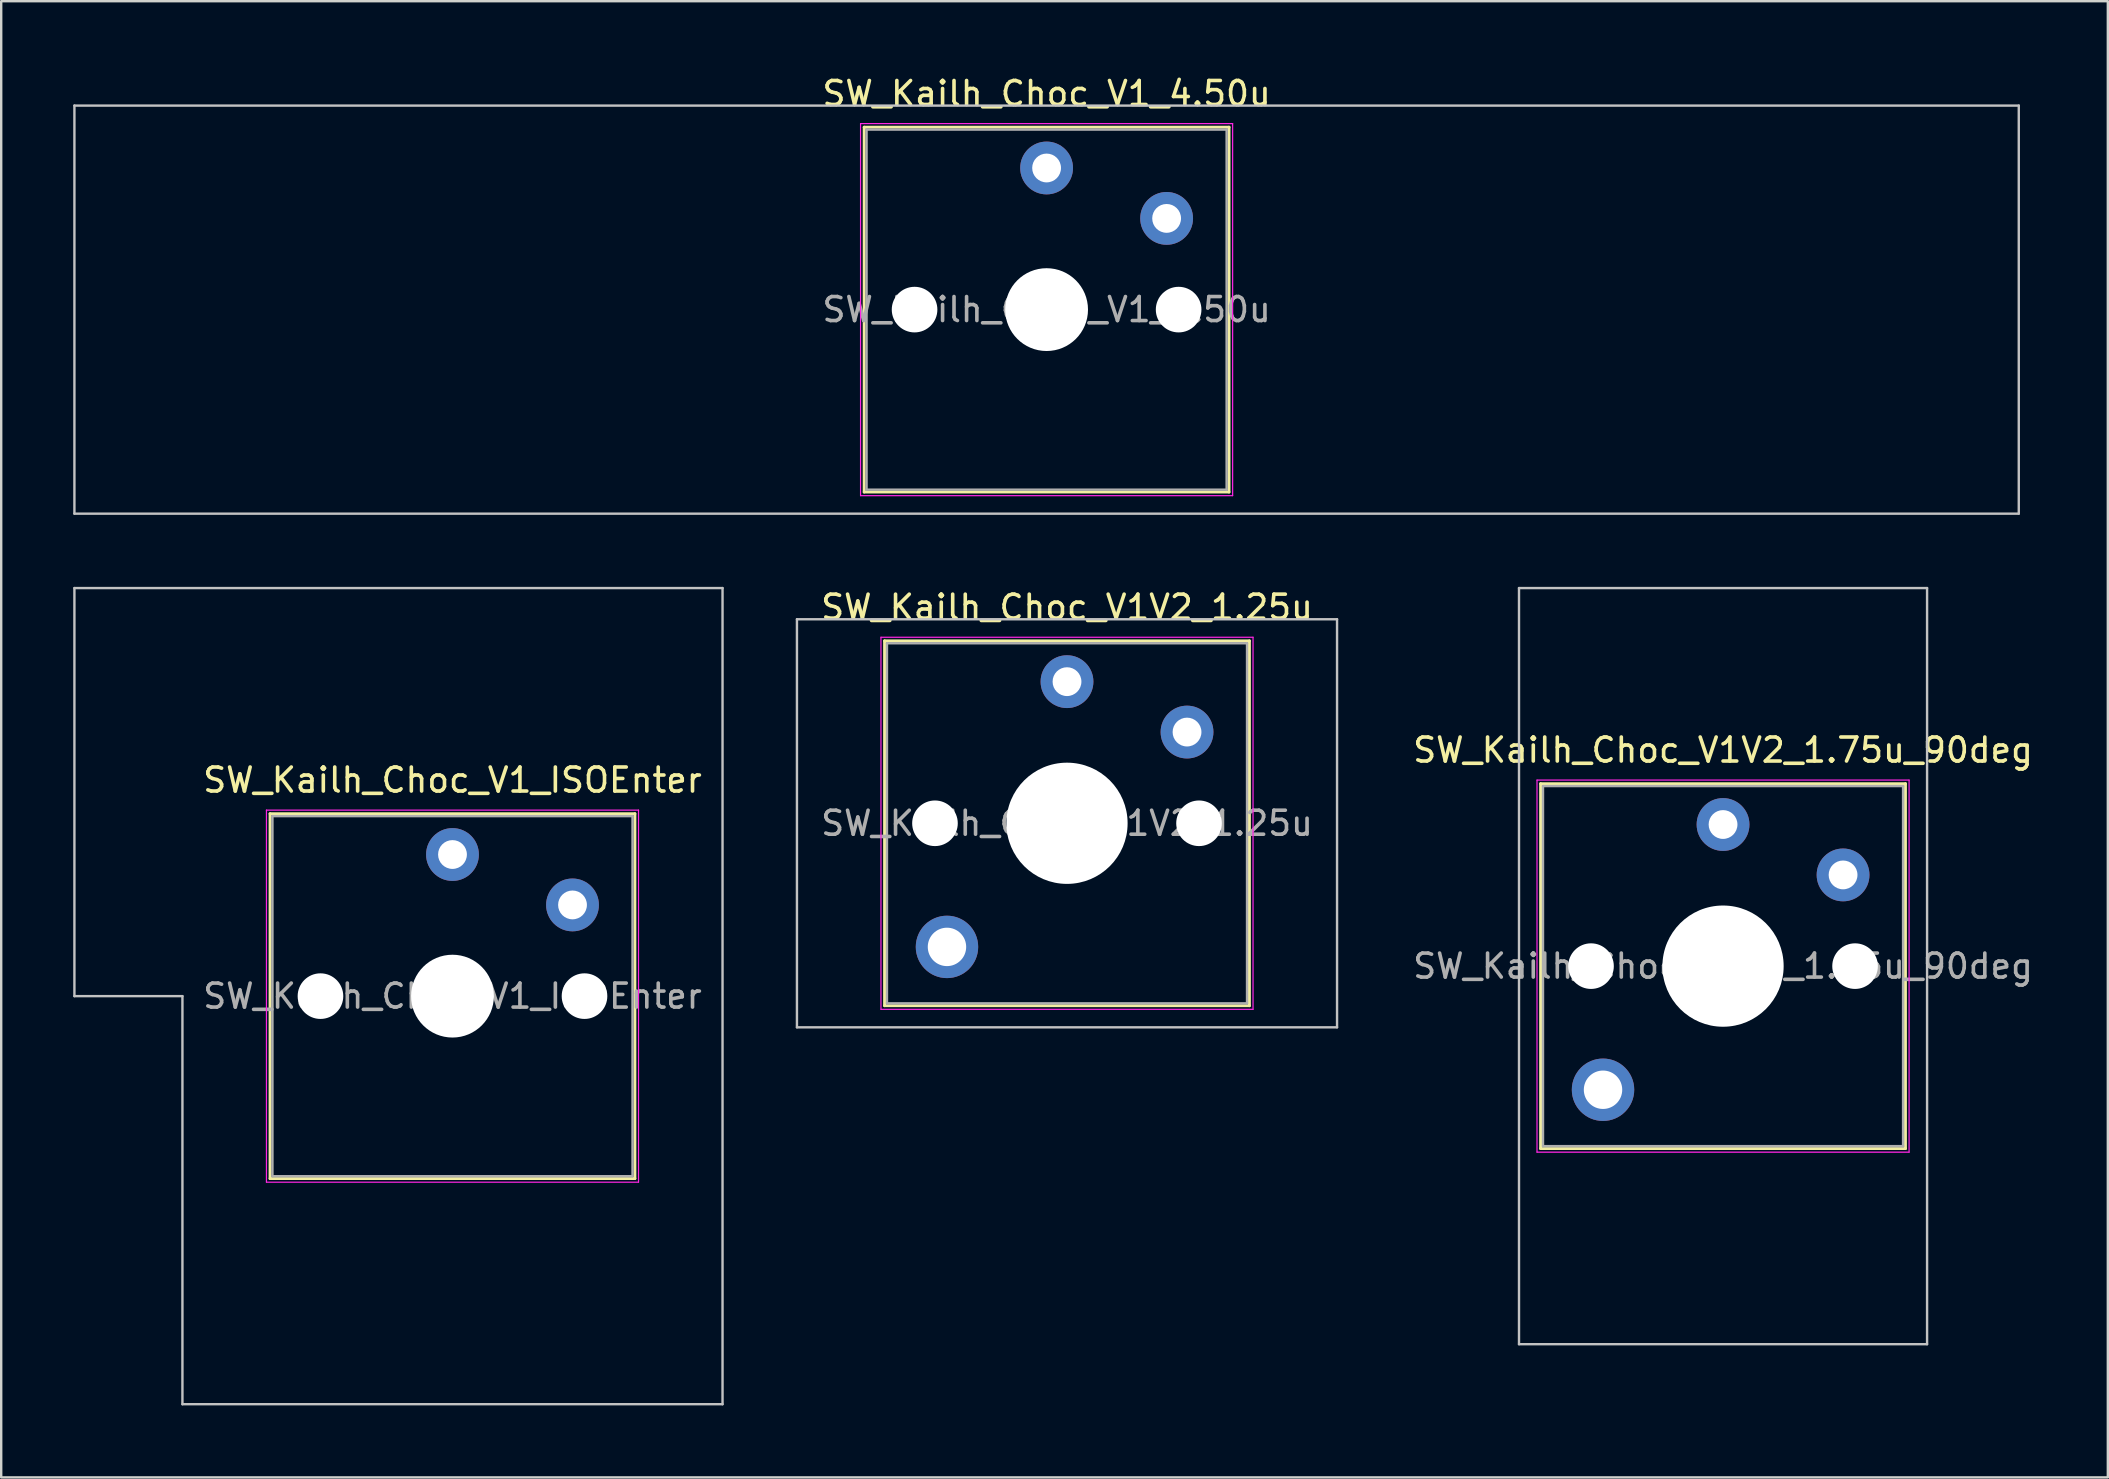
<source format=kicad_pcb>
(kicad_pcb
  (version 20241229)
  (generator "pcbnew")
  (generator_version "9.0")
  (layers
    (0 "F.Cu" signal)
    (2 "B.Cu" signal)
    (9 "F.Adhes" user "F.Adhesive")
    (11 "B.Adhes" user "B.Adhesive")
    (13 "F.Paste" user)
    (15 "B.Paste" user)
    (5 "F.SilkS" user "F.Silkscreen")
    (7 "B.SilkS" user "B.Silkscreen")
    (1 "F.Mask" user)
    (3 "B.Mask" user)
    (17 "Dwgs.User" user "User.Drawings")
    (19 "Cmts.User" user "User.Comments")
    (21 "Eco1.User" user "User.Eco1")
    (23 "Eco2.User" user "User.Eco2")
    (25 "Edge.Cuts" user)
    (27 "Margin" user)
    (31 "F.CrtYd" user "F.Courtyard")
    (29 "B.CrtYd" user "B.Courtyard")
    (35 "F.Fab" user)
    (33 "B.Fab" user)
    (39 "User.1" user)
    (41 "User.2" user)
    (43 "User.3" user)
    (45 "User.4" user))
  (footprint "SW_Kailh_Choc_V1_4.50u"
    (layer "F.Cu")
    (at 40.55 9.848)
    (property "Reference" "SW_Kailh_Choc_V1_4.50u" (at 0 -9 0) (layer "F.SilkS") (effects (font (size 1 1) (thickness 0.15))))
    (attr through_hole)
    (fp_line (start -7.6 -7.6) (end -7.6 7.6) (stroke (width 0.12) (type solid)) (layer "F.SilkS"))
    (fp_line (start -7.6 7.6) (end 7.6 7.6) (stroke (width 0.12) (type solid)) (layer "F.SilkS"))
    (fp_line (start 7.6 -7.6) (end -7.6 -7.6) (stroke (width 0.12) (type solid)) (layer "F.SilkS"))
    (fp_line (start 7.6 7.6) (end 7.6 -7.6) (stroke (width 0.12) (type solid)) (layer "F.SilkS"))
    (fp_line (start -40.5 -8.5) (end -40.5 8.5) (stroke (width 0.1) (type solid)) (layer "Dwgs.User"))
    (fp_line (start -40.5 8.5) (end 40.5 8.5) (stroke (width 0.1) (type solid)) (layer "Dwgs.User"))
    (fp_line (start 40.5 -8.5) (end -40.5 -8.5) (stroke (width 0.1) (type solid)) (layer "Dwgs.User"))
    (fp_line (start 40.5 8.5) (end 40.5 -8.5) (stroke (width 0.1) (type solid)) (layer "Dwgs.User"))
    (fp_line (start -7.25 -7.25) (end -7.25 7.25) (stroke (width 0.1) (type solid)) (layer "Eco1.User"))
    (fp_line (start -7.25 7.25) (end 7.25 7.25) (stroke (width 0.1) (type solid)) (layer "Eco1.User"))
    (fp_line (start 7.25 -7.25) (end -7.25 -7.25) (stroke (width 0.1) (type solid)) (layer "Eco1.User"))
    (fp_line (start 7.25 7.25) (end 7.25 -7.25) (stroke (width 0.1) (type solid)) (layer "Eco1.User"))
    (fp_line (start -7.75 -7.75) (end -7.75 7.75) (stroke (width 0.05) (type solid)) (layer "F.CrtYd"))
    (fp_line (start -7.75 7.75) (end 7.75 7.75) (stroke (width 0.05) (type solid)) (layer "F.CrtYd"))
    (fp_line (start 7.75 -7.75) (end -7.75 -7.75) (stroke (width 0.05) (type solid)) (layer "F.CrtYd"))
    (fp_line (start 7.75 7.75) (end 7.75 -7.75) (stroke (width 0.05) (type solid)) (layer "F.CrtYd"))
    (fp_line (start -7.5 -7.5) (end -7.5 7.5) (stroke (width 0.1) (type solid)) (layer "F.Fab"))
    (fp_line (start -7.5 7.5) (end 7.5 7.5) (stroke (width 0.1) (type solid)) (layer "F.Fab"))
    (fp_line (start 7.5 -7.5) (end -7.5 -7.5) (stroke (width 0.1) (type solid)) (layer "F.Fab"))
    (fp_line (start 7.5 7.5) (end 7.5 -7.5) (stroke (width 0.1) (type solid)) (layer "F.Fab"))
    (fp_text user "${REFERENCE}" (at 0 0 0) (layer "F.Fab") (effects (font (size 1 1) (thickness 0.15))))
    (pad "" np_thru_hole circle (at -5.5 0) (size 1.9 1.9) (drill 1.9) (layers "*.Cu" "*.Mask"))
    (pad "" np_thru_hole circle (at 0 0) (size 3.45 3.45) (drill 3.45) (layers "*.Cu" "*.Mask"))
    (pad "" np_thru_hole circle (at 5.5 0) (size 1.9 1.9) (drill 1.9) (layers "*.Cu" "*.Mask"))
    (pad "1" thru_hole circle (at 0 -5.9) (size 2.2 2.2) (drill 1.2) (layers "*.Cu" "*.Mask"))
    (pad "2" thru_hole circle (at 5 -3.8) (size 2.2 2.2) (drill 1.2) (layers "*.Cu" "*.Mask")))
  (footprint "SW_Kailh_Choc_V1V2_1.25u"
    (layer "F.Cu")
    (at 41.4 31.247)
    (property "Reference" "SW_Kailh_Choc_V1V2_1.25u" (at 0 -9 0) (layer "F.SilkS") (effects (font (size 1 1) (thickness 0.15))))
    (attr through_hole)
    (fp_line (start -7.6 -7.6) (end -7.6 7.6) (stroke (width 0.12) (type solid)) (layer "F.SilkS"))
    (fp_line (start -7.6 7.6) (end 7.6 7.6) (stroke (width 0.12) (type solid)) (layer "F.SilkS"))
    (fp_line (start 7.6 -7.6) (end -7.6 -7.6) (stroke (width 0.12) (type solid)) (layer "F.SilkS"))
    (fp_line (start 7.6 7.6) (end 7.6 -7.6) (stroke (width 0.12) (type solid)) (layer "F.SilkS"))
    (fp_line (start -11.25 -8.5) (end -11.25 8.5) (stroke (width 0.1) (type solid)) (layer "Dwgs.User"))
    (fp_line (start -11.25 8.5) (end 11.25 8.5) (stroke (width 0.1) (type solid)) (layer "Dwgs.User"))
    (fp_line (start 11.25 -8.5) (end -11.25 -8.5) (stroke (width 0.1) (type solid)) (layer "Dwgs.User"))
    (fp_line (start 11.25 8.5) (end 11.25 -8.5) (stroke (width 0.1) (type solid)) (layer "Dwgs.User"))
    (fp_line (start -7.25 -7.25) (end -7.25 7.25) (stroke (width 0.1) (type solid)) (layer "Eco1.User"))
    (fp_line (start -7.25 7.25) (end 7.25 7.25) (stroke (width 0.1) (type solid)) (layer "Eco1.User"))
    (fp_line (start 7.25 -7.25) (end -7.25 -7.25) (stroke (width 0.1) (type solid)) (layer "Eco1.User"))
    (fp_line (start 7.25 7.25) (end 7.25 -7.25) (stroke (width 0.1) (type solid)) (layer "Eco1.User"))
    (fp_line (start -7.75 -7.75) (end -7.75 7.75) (stroke (width 0.05) (type solid)) (layer "F.CrtYd"))
    (fp_line (start -7.75 7.75) (end 7.75 7.75) (stroke (width 0.05) (type solid)) (layer "F.CrtYd"))
    (fp_line (start 7.75 -7.75) (end -7.75 -7.75) (stroke (width 0.05) (type solid)) (layer "F.CrtYd"))
    (fp_line (start 7.75 7.75) (end 7.75 -7.75) (stroke (width 0.05) (type solid)) (layer "F.CrtYd"))
    (fp_line (start -7.5 -7.5) (end -7.5 7.5) (stroke (width 0.1) (type solid)) (layer "F.Fab"))
    (fp_line (start -7.5 7.5) (end 7.5 7.5) (stroke (width 0.1) (type solid)) (layer "F.Fab"))
    (fp_line (start 7.5 -7.5) (end -7.5 -7.5) (stroke (width 0.1) (type solid)) (layer "F.Fab"))
    (fp_line (start 7.5 7.5) (end 7.5 -7.5) (stroke (width 0.1) (type solid)) (layer "F.Fab"))
    (fp_text user "${REFERENCE}" (at 0 0 0) (layer "F.Fab") (effects (font (size 1 1) (thickness 0.15))))
    (pad "" np_thru_hole circle (at -5.5 0) (size 1.9 1.9) (drill 1.9) (layers "*.Cu" "*.Mask"))
    (pad "" thru_hole circle (at -5 5.15) (size 2.6 2.6) (drill 1.6) (layers "*.Cu" "*.Mask"))
    (pad "" np_thru_hole circle (at 0 0) (size 5.05 5.05) (drill 5.05) (layers "*.Cu" "*.Mask"))
    (pad "" np_thru_hole circle (at 5.5 0) (size 1.9 1.9) (drill 1.9) (layers "*.Cu" "*.Mask"))
    (pad "1" thru_hole circle (at 0 -5.9) (size 2.2 2.2) (drill 1.2) (layers "*.Cu" "*.Mask"))
    (pad "2" thru_hole circle (at 5 -3.8) (size 2.2 2.2) (drill 1.2) (layers "*.Cu" "*.Mask")))
  (footprint "SW_Kailh_Choc_V1V2_1.75u_90deg"
    (layer "F.Cu")
    (at 68.73 37.198)
    (property "Reference" "SW_Kailh_Choc_V1V2_1.75u_90deg" (at 0 -9 0) (layer "F.SilkS") (effects (font (size 1 1) (thickness 0.15))))
    (attr through_hole)
    (fp_line (start -7.6 -7.6) (end -7.6 7.6) (stroke (width 0.12) (type solid)) (layer "F.SilkS"))
    (fp_line (start -7.6 7.6) (end 7.6 7.6) (stroke (width 0.12) (type solid)) (layer "F.SilkS"))
    (fp_line (start 7.6 -7.6) (end -7.6 -7.6) (stroke (width 0.12) (type solid)) (layer "F.SilkS"))
    (fp_line (start 7.6 7.6) (end 7.6 -7.6) (stroke (width 0.12) (type solid)) (layer "F.SilkS"))
    (fp_line (start -8.5 -15.75) (end 8.5 -15.75) (stroke (width 0.1) (type solid)) (layer "Dwgs.User"))
    (fp_line (start -8.5 15.75) (end -8.5 -15.75) (stroke (width 0.1) (type solid)) (layer "Dwgs.User"))
    (fp_line (start 8.5 -15.75) (end 8.5 15.75) (stroke (width 0.1) (type solid)) (layer "Dwgs.User"))
    (fp_line (start 8.5 15.75) (end -8.5 15.75) (stroke (width 0.1) (type solid)) (layer "Dwgs.User"))
    (fp_line (start -7.25 -7.25) (end -7.25 7.25) (stroke (width 0.1) (type solid)) (layer "Eco1.User"))
    (fp_line (start -7.25 7.25) (end 7.25 7.25) (stroke (width 0.1) (type solid)) (layer "Eco1.User"))
    (fp_line (start 7.25 -7.25) (end -7.25 -7.25) (stroke (width 0.1) (type solid)) (layer "Eco1.User"))
    (fp_line (start 7.25 7.25) (end 7.25 -7.25) (stroke (width 0.1) (type solid)) (layer "Eco1.User"))
    (fp_line (start -7.75 -7.75) (end -7.75 7.75) (stroke (width 0.05) (type solid)) (layer "F.CrtYd"))
    (fp_line (start -7.75 7.75) (end 7.75 7.75) (stroke (width 0.05) (type solid)) (layer "F.CrtYd"))
    (fp_line (start 7.75 -7.75) (end -7.75 -7.75) (stroke (width 0.05) (type solid)) (layer "F.CrtYd"))
    (fp_line (start 7.75 7.75) (end 7.75 -7.75) (stroke (width 0.05) (type solid)) (layer "F.CrtYd"))
    (fp_line (start -7.5 -7.5) (end -7.5 7.5) (stroke (width 0.1) (type solid)) (layer "F.Fab"))
    (fp_line (start -7.5 7.5) (end 7.5 7.5) (stroke (width 0.1) (type solid)) (layer "F.Fab"))
    (fp_line (start 7.5 -7.5) (end -7.5 -7.5) (stroke (width 0.1) (type solid)) (layer "F.Fab"))
    (fp_line (start 7.5 7.5) (end 7.5 -7.5) (stroke (width 0.1) (type solid)) (layer "F.Fab"))
    (fp_text user "${REFERENCE}" (at 0 0 0) (layer "F.Fab") (effects (font (size 1 1) (thickness 0.15))))
    (pad "" np_thru_hole circle (at -5.5 0) (size 1.9 1.9) (drill 1.9) (layers "*.Cu" "*.Mask"))
    (pad "" thru_hole circle (at -5 5.15) (size 2.6 2.6) (drill 1.6) (layers "*.Cu" "*.Mask"))
    (pad "" np_thru_hole circle (at 0 0) (size 5.05 5.05) (drill 5.05) (layers "*.Cu" "*.Mask"))
    (pad "" np_thru_hole circle (at 5.5 0) (size 1.9 1.9) (drill 1.9) (layers "*.Cu" "*.Mask"))
    (pad "1" thru_hole circle (at 0 -5.9) (size 2.2 2.2) (drill 1.2) (layers "*.Cu" "*.Mask"))
    (pad "2" thru_hole circle (at 5 -3.8) (size 2.2 2.2) (drill 1.2) (layers "*.Cu" "*.Mask")))
  (footprint "SW_Kailh_Choc_V1_ISOEnter"
    (layer "F.Cu")
    (at 15.8 38.448)
    (property "Reference" "SW_Kailh_Choc_V1_ISOEnter" (at 0 -9 0) (layer "F.SilkS") (effects (font (size 1 1) (thickness 0.15))))
    (attr through_hole)
    (fp_line (start -7.6 -7.6) (end -7.6 7.6) (stroke (width 0.12) (type solid)) (layer "F.SilkS"))
    (fp_line (start -7.6 7.6) (end 7.6 7.6) (stroke (width 0.12) (type solid)) (layer "F.SilkS"))
    (fp_line (start 7.6 -7.6) (end -7.6 -7.6) (stroke (width 0.12) (type solid)) (layer "F.SilkS"))
    (fp_line (start 7.6 7.6) (end 7.6 -7.6) (stroke (width 0.12) (type solid)) (layer "F.SilkS"))
    (fp_line (start -15.75 -17) (end -15.75 0) (stroke (width 0.1) (type solid)) (layer "Dwgs.User"))
    (fp_line (start -15.75 0) (end -11.25 0) (stroke (width 0.1) (type solid)) (layer "Dwgs.User"))
    (fp_line (start -11.25 0) (end -11.25 17) (stroke (width 0.1) (type solid)) (layer "Dwgs.User"))
    (fp_line (start -11.25 17) (end 11.25 17) (stroke (width 0.1) (type solid)) (layer "Dwgs.User"))
    (fp_line (start 11.25 -17) (end -15.75 -17) (stroke (width 0.1) (type solid)) (layer "Dwgs.User"))
    (fp_line (start 11.25 17) (end 11.25 -17) (stroke (width 0.1) (type solid)) (layer "Dwgs.User"))
    (fp_line (start -7.25 -7.25) (end -7.25 7.25) (stroke (width 0.1) (type solid)) (layer "Eco1.User"))
    (fp_line (start -7.25 7.25) (end 7.25 7.25) (stroke (width 0.1) (type solid)) (layer "Eco1.User"))
    (fp_line (start 7.25 -7.25) (end -7.25 -7.25) (stroke (width 0.1) (type solid)) (layer "Eco1.User"))
    (fp_line (start 7.25 7.25) (end 7.25 -7.25) (stroke (width 0.1) (type solid)) (layer "Eco1.User"))
    (fp_line (start -7.75 -7.75) (end -7.75 7.75) (stroke (width 0.05) (type solid)) (layer "F.CrtYd"))
    (fp_line (start -7.75 7.75) (end 7.75 7.75) (stroke (width 0.05) (type solid)) (layer "F.CrtYd"))
    (fp_line (start 7.75 -7.75) (end -7.75 -7.75) (stroke (width 0.05) (type solid)) (layer "F.CrtYd"))
    (fp_line (start 7.75 7.75) (end 7.75 -7.75) (stroke (width 0.05) (type solid)) (layer "F.CrtYd"))
    (fp_line (start -7.5 -7.5) (end -7.5 7.5) (stroke (width 0.1) (type solid)) (layer "F.Fab"))
    (fp_line (start -7.5 7.5) (end 7.5 7.5) (stroke (width 0.1) (type solid)) (layer "F.Fab"))
    (fp_line (start 7.5 -7.5) (end -7.5 -7.5) (stroke (width 0.1) (type solid)) (layer "F.Fab"))
    (fp_line (start 7.5 7.5) (end 7.5 -7.5) (stroke (width 0.1) (type solid)) (layer "F.Fab"))
    (fp_text user "${REFERENCE}" (at 0 0 0) (layer "F.Fab") (effects (font (size 1 1) (thickness 0.15))))
    (pad "" np_thru_hole circle (at -5.5 0) (size 1.9 1.9) (drill 1.9) (layers "*.Cu" "*.Mask"))
    (pad "" np_thru_hole circle (at 0 0) (size 3.45 3.45) (drill 3.45) (layers "*.Cu" "*.Mask"))
    (pad "" np_thru_hole circle (at 5.5 0) (size 1.9 1.9) (drill 1.9) (layers "*.Cu" "*.Mask"))
    (pad "1" thru_hole circle (at 0 -5.9) (size 2.2 2.2) (drill 1.2) (layers "*.Cu" "*.Mask"))
    (pad "2" thru_hole circle (at 5 -3.8) (size 2.2 2.2) (drill 1.2) (layers "*.Cu" "*.Mask")))
  (gr_rect
    (start -3 -3)
    (end 84.76 58.498)
    (stroke (width 0.1) (type default))
    (fill no)
    (layer "Edge.Cuts")))
</source>
